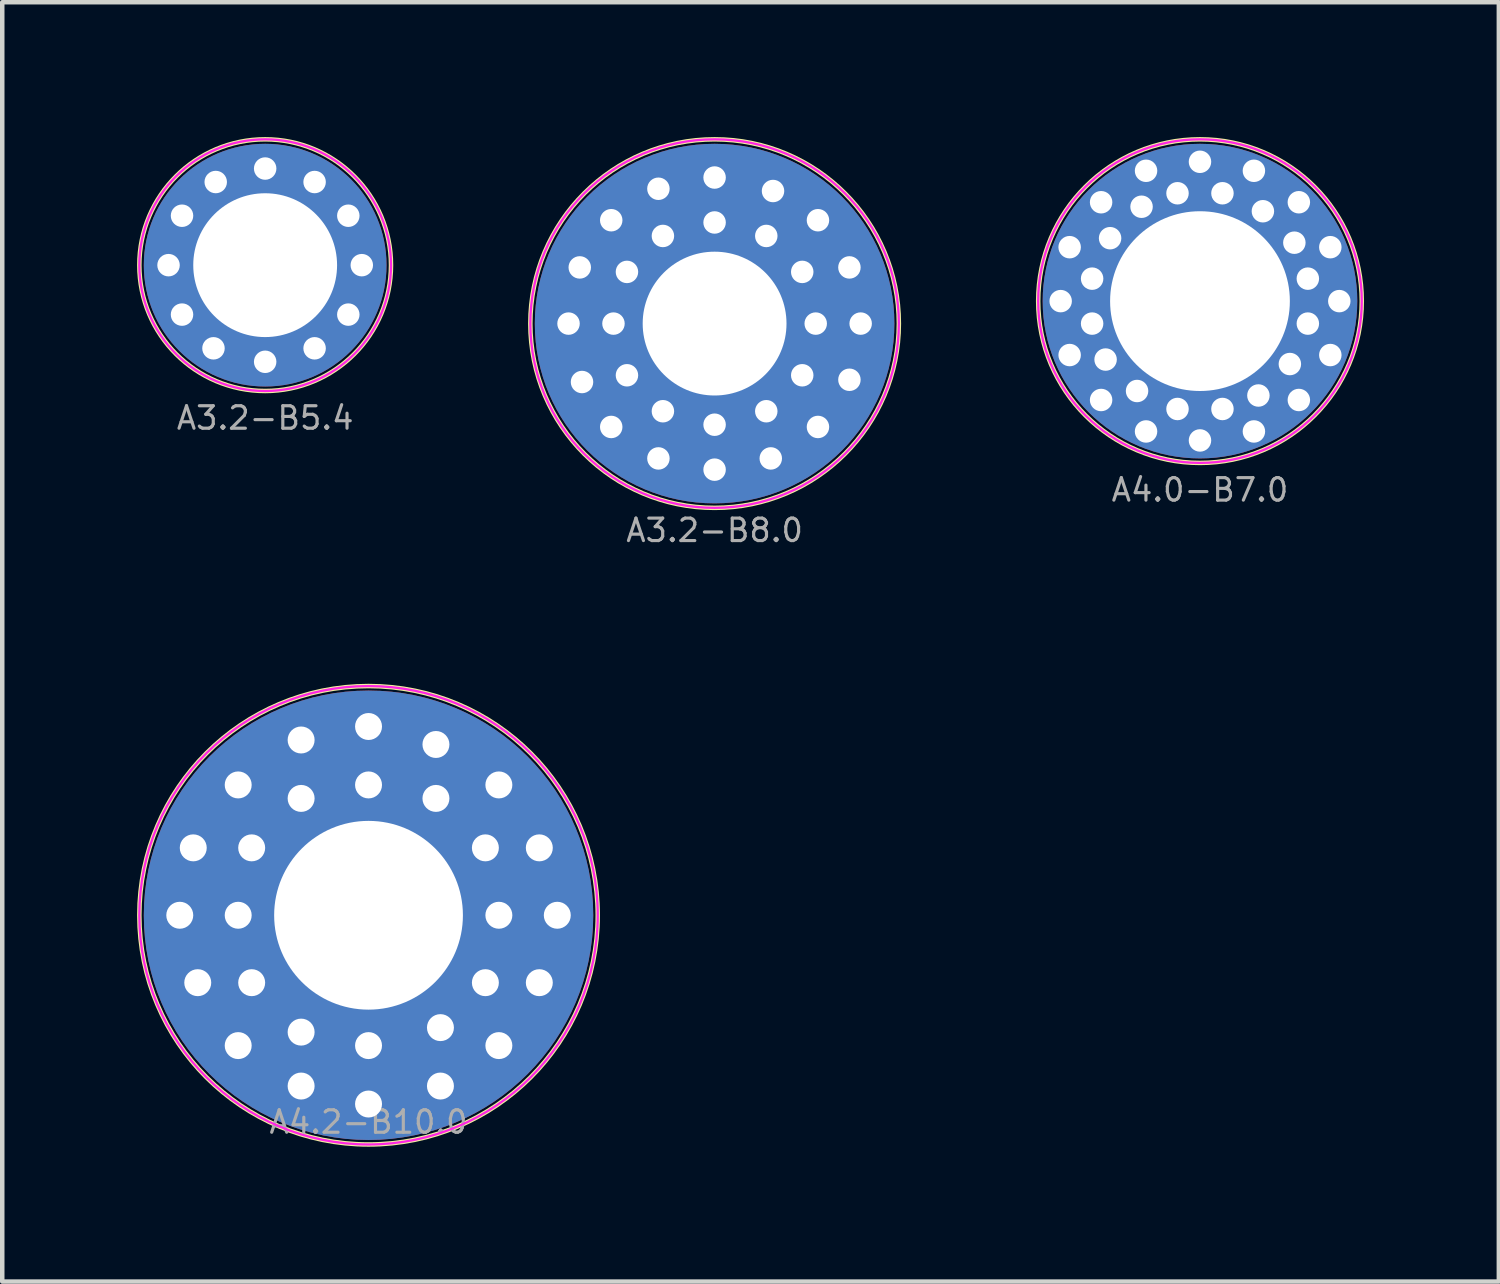
<source format=kicad_pcb>
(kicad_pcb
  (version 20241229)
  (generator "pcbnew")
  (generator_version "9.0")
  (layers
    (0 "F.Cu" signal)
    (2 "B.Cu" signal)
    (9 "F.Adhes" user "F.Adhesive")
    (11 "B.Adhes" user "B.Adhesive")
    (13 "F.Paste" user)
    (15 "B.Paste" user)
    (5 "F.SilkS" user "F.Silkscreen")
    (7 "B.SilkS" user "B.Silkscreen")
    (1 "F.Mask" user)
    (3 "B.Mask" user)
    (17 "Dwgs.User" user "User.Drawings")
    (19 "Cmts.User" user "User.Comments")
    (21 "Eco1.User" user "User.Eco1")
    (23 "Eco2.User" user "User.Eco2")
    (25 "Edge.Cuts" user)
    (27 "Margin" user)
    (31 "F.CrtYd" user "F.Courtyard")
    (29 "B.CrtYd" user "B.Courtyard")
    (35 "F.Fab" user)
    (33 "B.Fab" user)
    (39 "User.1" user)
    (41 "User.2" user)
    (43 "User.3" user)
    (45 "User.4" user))
  (footprint "A4.0-B7.0"
    (layer "F.Cu")
    (at 23.65 3.65)
    (property "Reference" "A4.0-B7.0" (at 0 4.2 0) (layer "F.Fab") (effects (font (size 0.5 0.5) (thickness 0.07))))
    (attr through_hole)
    (fp_circle (center 0 0) (end 3.6 0) (stroke (width 0.1) (type solid)) (fill no) (layer "F.SilkS"))
    (fp_circle (center 0 0) (end 3.6 0) (stroke (width 0.05) (type solid)) (fill no) (layer "F.CrtYd"))
    (pad "1" thru_hole circle (at -3.1 0) (size 0.6 0.6) (drill 0.5) (layers "*.Cu" "*.Mask"))
    (pad "1" thru_hole circle (at -2.9 -1.2) (size 0.6 0.6) (drill 0.5) (layers "*.Cu" "*.Mask"))
    (pad "1" thru_hole circle (at -2.9 1.2 90) (size 0.6 0.6) (drill 0.5) (layers "*.Cu" "*.Mask"))
    (pad "1" thru_hole circle (at -2.4 -0.5) (size 0.6 0.6) (drill 0.5) (layers "*.Cu" "*.Mask"))
    (pad "1" thru_hole circle (at -2.4 0.5 90) (size 0.6 0.6) (drill 0.5) (layers "*.Cu" "*.Mask"))
    (pad "1" thru_hole circle (at -2.2 -2.2) (size 0.6 0.6) (drill 0.5) (layers "*.Cu" "*.Mask"))
    (pad "1" thru_hole circle (at -2.2 2.2 90) (size 0.6 0.6) (drill 0.5) (layers "*.Cu" "*.Mask"))
    (pad "1" thru_hole circle (at -2.1 1.3 90) (size 0.6 0.6) (drill 0.5) (layers "*.Cu" "*.Mask"))
    (pad "1" thru_hole circle (at -2 -1.4) (size 0.6 0.6) (drill 0.5) (layers "*.Cu" "*.Mask"))
    (pad "1" thru_hole circle (at -1.4 2 90) (size 0.6 0.6) (drill 0.5) (layers "*.Cu" "*.Mask"))
    (pad "1" thru_hole circle (at -1.3 -2.1) (size 0.6 0.6) (drill 0.5) (layers "*.Cu" "*.Mask"))
    (pad "1" thru_hole circle (at -1.2 -2.9) (size 0.6 0.6) (drill 0.5) (layers "*.Cu" "*.Mask"))
    (pad "1" thru_hole circle (at -1.2 2.9 90) (size 0.6 0.6) (drill 0.5) (layers "*.Cu" "*.Mask"))
    (pad "1" thru_hole circle (at -0.5 -2.4) (size 0.6 0.6) (drill 0.5) (layers "*.Cu" "*.Mask"))
    (pad "1" thru_hole circle (at -0.5 2.4 90) (size 0.6 0.6) (drill 0.5) (layers "*.Cu" "*.Mask"))
    (pad "1" thru_hole circle (at 0 -3.1 270) (size 0.6 0.6) (drill 0.5) (layers "*.Cu" "*.Mask"))
    (pad "1" thru_hole circle (at 0 0) (size 7 7) (drill 4) (layers "*.Cu" "*.Mask"))
    (pad "1" thru_hole circle (at 0 3.1 90) (size 0.6 0.6) (drill 0.5) (layers "*.Cu" "*.Mask"))
    (pad "1" thru_hole circle (at 0.5 -2.4 270) (size 0.6 0.6) (drill 0.5) (layers "*.Cu" "*.Mask"))
    (pad "1" thru_hole circle (at 0.5 2.4 180) (size 0.6 0.6) (drill 0.5) (layers "*.Cu" "*.Mask"))
    (pad "1" thru_hole circle (at 1.2 -2.9 270) (size 0.6 0.6) (drill 0.5) (layers "*.Cu" "*.Mask"))
    (pad "1" thru_hole circle (at 1.2 2.9 180) (size 0.6 0.6) (drill 0.5) (layers "*.Cu" "*.Mask"))
    (pad "1" thru_hole circle (at 1.3 2.1 180) (size 0.6 0.6) (drill 0.5) (layers "*.Cu" "*.Mask"))
    (pad "1" thru_hole circle (at 1.4 -2 270) (size 0.6 0.6) (drill 0.5) (layers "*.Cu" "*.Mask"))
    (pad "1" thru_hole circle (at 2 1.4 180) (size 0.6 0.6) (drill 0.5) (layers "*.Cu" "*.Mask"))
    (pad "1" thru_hole circle (at 2.1 -1.3 270) (size 0.6 0.6) (drill 0.5) (layers "*.Cu" "*.Mask"))
    (pad "1" thru_hole circle (at 2.2 -2.2 270) (size 0.6 0.6) (drill 0.5) (layers "*.Cu" "*.Mask"))
    (pad "1" thru_hole circle (at 2.2 2.2 180) (size 0.6 0.6) (drill 0.5) (layers "*.Cu" "*.Mask"))
    (pad "1" thru_hole circle (at 2.4 -0.5 270) (size 0.6 0.6) (drill 0.5) (layers "*.Cu" "*.Mask"))
    (pad "1" thru_hole circle (at 2.4 0.5 180) (size 0.6 0.6) (drill 0.5) (layers "*.Cu" "*.Mask"))
    (pad "1" thru_hole circle (at 2.9 -1.2 270) (size 0.6 0.6) (drill 0.5) (layers "*.Cu" "*.Mask"))
    (pad "1" thru_hole circle (at 2.9 1.2 180) (size 0.6 0.6) (drill 0.5) (layers "*.Cu" "*.Mask"))
    (pad "1" thru_hole circle (at 3.1 0 180) (size 0.6 0.6) (drill 0.5) (layers "*.Cu" "*.Mask")))
  (footprint "A4.2-B10.0"
    (layer "F.Cu")
    (at 5.15 17.315)
    (property "Reference" "A4.2-B10.0" (at 0 4.6 0) (layer "F.Fab") (effects (font (size 0.5 0.5) (thickness 0.07))))
    (attr through_hole)
    (fp_circle (center 0 0) (end 5.1 0) (stroke (width 0.1) (type solid)) (fill no) (layer "F.SilkS"))
    (fp_circle (center 0 0) (end 5.1 0) (stroke (width 0.05) (type solid)) (fill no) (layer "F.CrtYd"))
    (pad "1" thru_hole circle (at -4.2 0) (size 0.7 0.7) (drill 0.6) (layers "*.Cu" "*.Mask"))
    (pad "1" thru_hole circle (at -3.9 -1.5) (size 0.7 0.7) (drill 0.6) (layers "*.Cu" "*.Mask"))
    (pad "1" thru_hole circle (at -3.8 1.5) (size 0.7 0.7) (drill 0.6) (layers "*.Cu" "*.Mask"))
    (pad "1" thru_hole circle (at -2.9 -2.9) (size 0.7 0.7) (drill 0.6) (layers "*.Cu" "*.Mask"))
    (pad "1" thru_hole circle (at -2.9 0) (size 0.7 0.7) (drill 0.6) (layers "*.Cu" "*.Mask"))
    (pad "1" thru_hole circle (at -2.9 2.9) (size 0.7 0.7) (drill 0.6) (layers "*.Cu" "*.Mask"))
    (pad "1" thru_hole circle (at -2.6 -1.5) (size 0.7 0.7) (drill 0.6) (layers "*.Cu" "*.Mask"))
    (pad "1" thru_hole circle (at -2.6 1.5) (size 0.7 0.7) (drill 0.6) (layers "*.Cu" "*.Mask"))
    (pad "1" thru_hole circle (at -1.5 -3.9) (size 0.7 0.7) (drill 0.6) (layers "*.Cu" "*.Mask"))
    (pad "1" thru_hole circle (at -1.5 -2.6) (size 0.7 0.7) (drill 0.6) (layers "*.Cu" "*.Mask"))
    (pad "1" thru_hole circle (at -1.5 2.6) (size 0.7 0.7) (drill 0.6) (layers "*.Cu" "*.Mask"))
    (pad "1" thru_hole circle (at -1.5 3.8) (size 0.7 0.7) (drill 0.6) (layers "*.Cu" "*.Mask"))
    (pad "1" thru_hole circle (at 0 -4.2 90) (size 0.7 0.7) (drill 0.6) (layers "*.Cu" "*.Mask"))
    (pad "1" thru_hole circle (at 0 -2.9 90) (size 0.7 0.7) (drill 0.6) (layers "*.Cu" "*.Mask"))
    (pad "1" thru_hole circle (at 0 0) (size 10 10) (drill 4.2) (layers "*.Cu" "*.Mask"))
    (pad "1" thru_hole circle (at 0 2.9 90) (size 0.7 0.7) (drill 0.6) (layers "*.Cu" "*.Mask"))
    (pad "1" thru_hole circle (at 0 4.2 90) (size 0.7 0.7) (drill 0.6) (layers "*.Cu" "*.Mask"))
    (pad "1" thru_hole circle (at 1.5 -3.8) (size 0.7 0.7) (drill 0.6) (layers "*.Cu" "*.Mask"))
    (pad "1" thru_hole circle (at 1.5 -2.6) (size 0.7 0.7) (drill 0.6) (layers "*.Cu" "*.Mask"))
    (pad "1" thru_hole circle (at 1.6 2.5) (size 0.7 0.7) (drill 0.6) (layers "*.Cu" "*.Mask"))
    (pad "1" thru_hole circle (at 1.6 3.8) (size 0.7 0.7) (drill 0.6) (layers "*.Cu" "*.Mask"))
    (pad "1" thru_hole circle (at 2.6 -1.5) (size 0.7 0.7) (drill 0.6) (layers "*.Cu" "*.Mask"))
    (pad "1" thru_hole circle (at 2.6 1.5) (size 0.7 0.7) (drill 0.6) (layers "*.Cu" "*.Mask"))
    (pad "1" thru_hole circle (at 2.9 -2.9) (size 0.7 0.7) (drill 0.6) (layers "*.Cu" "*.Mask"))
    (pad "1" thru_hole circle (at 2.9 0) (size 0.7 0.7) (drill 0.6) (layers "*.Cu" "*.Mask"))
    (pad "1" thru_hole circle (at 2.9 2.9) (size 0.7 0.7) (drill 0.6) (layers "*.Cu" "*.Mask"))
    (pad "1" thru_hole circle (at 3.8 -1.5) (size 0.7 0.7) (drill 0.6) (layers "*.Cu" "*.Mask"))
    (pad "1" thru_hole circle (at 3.8 1.5) (size 0.7 0.7) (drill 0.6) (layers "*.Cu" "*.Mask"))
    (pad "1" thru_hole circle (at 4.2 0) (size 0.7 0.7) (drill 0.6) (layers "*.Cu" "*.Mask")))
  (footprint "A3.2-B5.4"
    (layer "F.Cu")
    (at 2.85 2.85)
    (property "Reference" "A3.2-B5.4" (at 0 3.4 0) (layer "F.Fab") (effects (font (size 0.5 0.5) (thickness 0.07))))
    (attr through_hole)
    (fp_circle (center 0 0) (end 2.8 0) (stroke (width 0.1) (type solid)) (fill no) (layer "F.SilkS"))
    (fp_circle (center 0 0) (end 2.8 0) (stroke (width 0.05) (type solid)) (fill no) (layer "F.CrtYd"))
    (pad "1" thru_hole circle (at -2.15 0) (size 0.6 0.6) (drill 0.5) (layers "*.Cu" "*.Mask"))
    (pad "1" thru_hole circle (at -1.85 -1.1) (size 0.6 0.6) (drill 0.5) (layers "*.Cu" "*.Mask"))
    (pad "1" thru_hole circle (at -1.85 1.1) (size 0.6 0.6) (drill 0.5) (layers "*.Cu" "*.Mask"))
    (pad "1" thru_hole circle (at -1.15 1.85) (size 0.6 0.6) (drill 0.5) (layers "*.Cu" "*.Mask"))
    (pad "1" thru_hole circle (at -1.1 -1.85) (size 0.6 0.6) (drill 0.5) (layers "*.Cu" "*.Mask"))
    (pad "1" thru_hole circle (at 0 -2.15) (size 0.6 0.6) (drill 0.5) (layers "*.Cu" "*.Mask"))
    (pad "1" thru_hole circle (at 0 0) (size 5.4 5.4) (drill 3.2) (layers "*.Cu" "*.Mask"))
    (pad "1" thru_hole circle (at 0 2.15) (size 0.6 0.6) (drill 0.5) (layers "*.Cu" "*.Mask"))
    (pad "1" thru_hole circle (at 1.1 -1.85) (size 0.6 0.6) (drill 0.5) (layers "*.Cu" "*.Mask"))
    (pad "1" thru_hole circle (at 1.1 1.85) (size 0.6 0.6) (drill 0.5) (layers "*.Cu" "*.Mask"))
    (pad "1" thru_hole circle (at 1.85 -1.1) (size 0.6 0.6) (drill 0.5) (layers "*.Cu" "*.Mask"))
    (pad "1" thru_hole circle (at 1.85 1.1) (size 0.6 0.6) (drill 0.5) (layers "*.Cu" "*.Mask"))
    (pad "1" thru_hole circle (at 2.15 0) (size 0.6 0.6) (drill 0.5) (layers "*.Cu" "*.Mask")))
  (footprint "A3.2-B8.0"
    (layer "F.Cu")
    (at 12.85 4.15)
    (property "Reference" "A3.2-B8.0" (at 0 4.6 0) (layer "F.Fab") (effects (font (size 0.5 0.5) (thickness 0.07))))
    (attr through_hole)
    (fp_circle (center 0 0) (end 4.1 0) (stroke (width 0.1) (type solid)) (fill no) (layer "F.SilkS"))
    (fp_circle (center 0 0) (end 4.1 0) (stroke (width 0.05) (type solid)) (fill no) (layer "F.CrtYd"))
    (pad "1" thru_hole circle (at -3.25 0) (size 0.6 0.6) (drill 0.5) (layers "*.Cu" "*.Mask"))
    (pad "1" thru_hole circle (at -3 -1.25) (size 0.6 0.6) (drill 0.5) (layers "*.Cu" "*.Mask"))
    (pad "1" thru_hole circle (at -2.95 1.3) (size 0.6 0.6) (drill 0.5) (layers "*.Cu" "*.Mask"))
    (pad "1" thru_hole circle (at -2.3 -2.3) (size 0.6 0.6) (drill 0.5) (layers "*.Cu" "*.Mask"))
    (pad "1" thru_hole circle (at -2.3 2.3) (size 0.6 0.6) (drill 0.5) (layers "*.Cu" "*.Mask"))
    (pad "1" thru_hole circle (at -2.25 0) (size 0.6 0.6) (drill 0.5) (layers "*.Cu" "*.Mask"))
    (pad "1" thru_hole circle (at -1.95 -1.15) (size 0.6 0.6) (drill 0.5) (layers "*.Cu" "*.Mask"))
    (pad "1" thru_hole circle (at -1.95 1.15) (size 0.6 0.6) (drill 0.5) (layers "*.Cu" "*.Mask"))
    (pad "1" thru_hole circle (at -1.25 -3) (size 0.6 0.6) (drill 0.5) (layers "*.Cu" "*.Mask"))
    (pad "1" thru_hole circle (at -1.25 3) (size 0.6 0.6) (drill 0.5) (layers "*.Cu" "*.Mask"))
    (pad "1" thru_hole circle (at -1.15 -1.95) (size 0.6 0.6) (drill 0.5) (layers "*.Cu" "*.Mask"))
    (pad "1" thru_hole circle (at -1.15 1.95) (size 0.6 0.6) (drill 0.5) (layers "*.Cu" "*.Mask"))
    (pad "1" thru_hole circle (at 0 -3.25) (size 0.6 0.6) (drill 0.5) (layers "*.Cu" "*.Mask"))
    (pad "1" thru_hole circle (at 0 -2.25) (size 0.6 0.6) (drill 0.5) (layers "*.Cu" "*.Mask"))
    (pad "1" thru_hole circle (at 0 0) (size 8 8) (drill 3.2) (layers "*.Cu" "*.Mask"))
    (pad "1" thru_hole circle (at 0 2.25) (size 0.6 0.6) (drill 0.5) (layers "*.Cu" "*.Mask"))
    (pad "1" thru_hole circle (at 0 3.25) (size 0.6 0.6) (drill 0.5) (layers "*.Cu" "*.Mask"))
    (pad "1" thru_hole circle (at 1.15 -1.95) (size 0.6 0.6) (drill 0.5) (layers "*.Cu" "*.Mask"))
    (pad "1" thru_hole circle (at 1.15 1.95) (size 0.6 0.6) (drill 0.5) (layers "*.Cu" "*.Mask"))
    (pad "1" thru_hole circle (at 1.25 3) (size 0.6 0.6) (drill 0.5) (layers "*.Cu" "*.Mask"))
    (pad "1" thru_hole circle (at 1.3 -2.95) (size 0.6 0.6) (drill 0.5) (layers "*.Cu" "*.Mask"))
    (pad "1" thru_hole circle (at 1.95 -1.15) (size 0.6 0.6) (drill 0.5) (layers "*.Cu" "*.Mask"))
    (pad "1" thru_hole circle (at 1.95 1.15) (size 0.6 0.6) (drill 0.5) (layers "*.Cu" "*.Mask"))
    (pad "1" thru_hole circle (at 2.25 0) (size 0.6 0.6) (drill 0.5) (layers "*.Cu" "*.Mask"))
    (pad "1" thru_hole circle (at 2.3 -2.3) (size 0.6 0.6) (drill 0.5) (layers "*.Cu" "*.Mask"))
    (pad "1" thru_hole circle (at 2.3 2.3) (size 0.6 0.6) (drill 0.5) (layers "*.Cu" "*.Mask"))
    (pad "1" thru_hole circle (at 3 -1.25) (size 0.6 0.6) (drill 0.5) (layers "*.Cu" "*.Mask"))
    (pad "1" thru_hole circle (at 3 1.25) (size 0.6 0.6) (drill 0.5) (layers "*.Cu" "*.Mask"))
    (pad "1" thru_hole circle (at 3.25 0) (size 0.6 0.6) (drill 0.5) (layers "*.Cu" "*.Mask")))
  (gr_rect
    (start -3 -3)
    (end 30.3 25.465)
    (stroke (width 0.1) (type default))
    (fill no)
    (layer "Edge.Cuts")))
</source>
